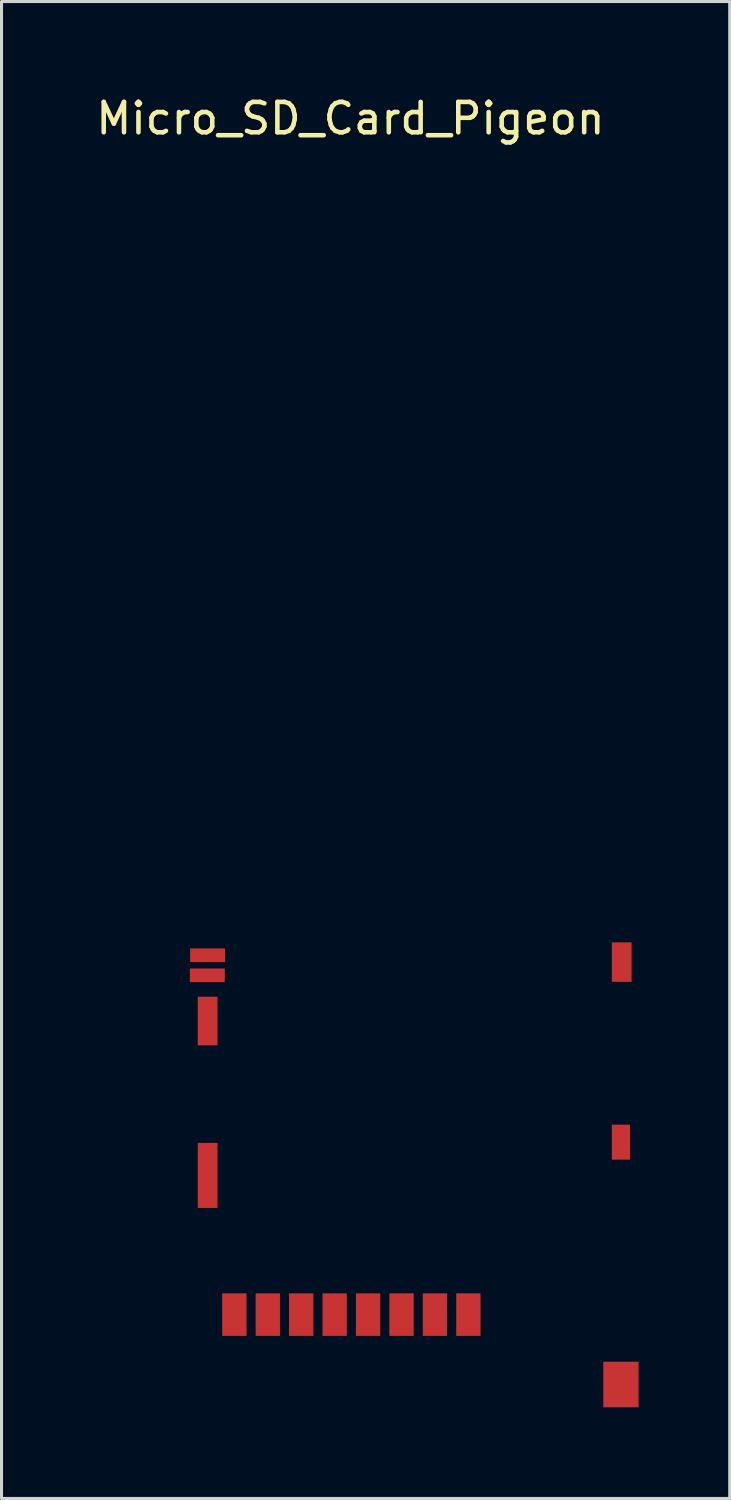
<source format=kicad_pcb>
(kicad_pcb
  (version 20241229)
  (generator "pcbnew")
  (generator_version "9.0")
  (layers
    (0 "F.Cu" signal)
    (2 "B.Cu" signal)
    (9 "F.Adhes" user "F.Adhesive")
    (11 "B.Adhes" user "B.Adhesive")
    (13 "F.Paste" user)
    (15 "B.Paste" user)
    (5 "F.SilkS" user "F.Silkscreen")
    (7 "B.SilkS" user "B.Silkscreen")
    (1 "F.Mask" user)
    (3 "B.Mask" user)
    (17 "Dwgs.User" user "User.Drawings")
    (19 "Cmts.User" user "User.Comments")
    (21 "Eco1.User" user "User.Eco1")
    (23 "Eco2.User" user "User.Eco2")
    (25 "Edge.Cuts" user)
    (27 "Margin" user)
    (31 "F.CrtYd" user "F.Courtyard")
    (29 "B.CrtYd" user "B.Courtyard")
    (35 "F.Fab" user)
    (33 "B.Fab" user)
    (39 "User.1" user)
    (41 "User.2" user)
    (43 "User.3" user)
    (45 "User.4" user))
  (footprint "Micro_SD_Card_Pigeon"
    (layer "F.Cu")
    (at 8.522 39.508)
    (property "Reference" "Micro_SD_Card_Pigeon" (at -0.04 -38.66 0) (layer "F.SilkS") (effects (font (size 1 1) (thickness 0.15))))
    (attr through_hole)
    (pad "1" connect rect (at -3.86 0.7) (size 0.8 1.4) (layers "F.Cu" "F.Mask"))
    (pad "2" connect rect (at -2.76 0.7) (size 0.8 1.4) (layers "F.Cu" "F.Mask"))
    (pad "3" connect rect (at -1.66 0.7) (size 0.8 1.4) (layers "F.Cu" "F.Mask"))
    (pad "4" connect rect (at -0.56 0.7) (size 0.8 1.4) (layers "F.Cu" "F.Mask"))
    (pad "5" connect rect (at 0.54 0.7) (size 0.8 1.4) (layers "F.Cu" "F.Mask"))
    (pad "6" connect rect (at 1.64 0.7) (size 0.8 1.4) (layers "F.Cu" "F.Mask"))
    (pad "7" connect rect (at 2.74 0.7) (size 0.8 1.4) (layers "F.Cu" "F.Mask"))
    (pad "8" connect rect (at 3.84 0.7) (size 0.8 1.4) (layers "F.Cu" "F.Mask"))
    (pad "9" connect rect (at 8.86 3) (size 1.16 1.5) (layers "F.Cu" "F.Mask"))
    (pad "10" connect rect (at 8.86 -4.975) (size 0.6 1.15) (layers "F.Cu" "F.Mask"))
    (pad "11" connect rect (at 8.885 -10.9) (size 0.65 1.3) (layers "F.Cu" "F.Mask"))
    (pad "12" connect rect (at -4.74 -3.88) (size 0.65 2.14) (layers "F.Cu" "F.Mask"))
    (pad "13" connect rect (at -4.74 -8.96) (size 0.65 1.6) (layers "F.Cu" "F.Mask"))
    (pad "14" connect rect (at -4.74 -11.125) (size 1.15 0.45) (layers "F.Cu" "F.Mask"))
    (pad "15" connect rect (at -4.75 -10.465) (size 1.15 0.45) (layers "F.Cu" "F.Mask")))
  (gr_rect
    (start -3 -3)
    (end 20.962 46.258)
    (stroke (width 0.1) (type default))
    (fill no)
    (layer "Edge.Cuts")))
</source>
